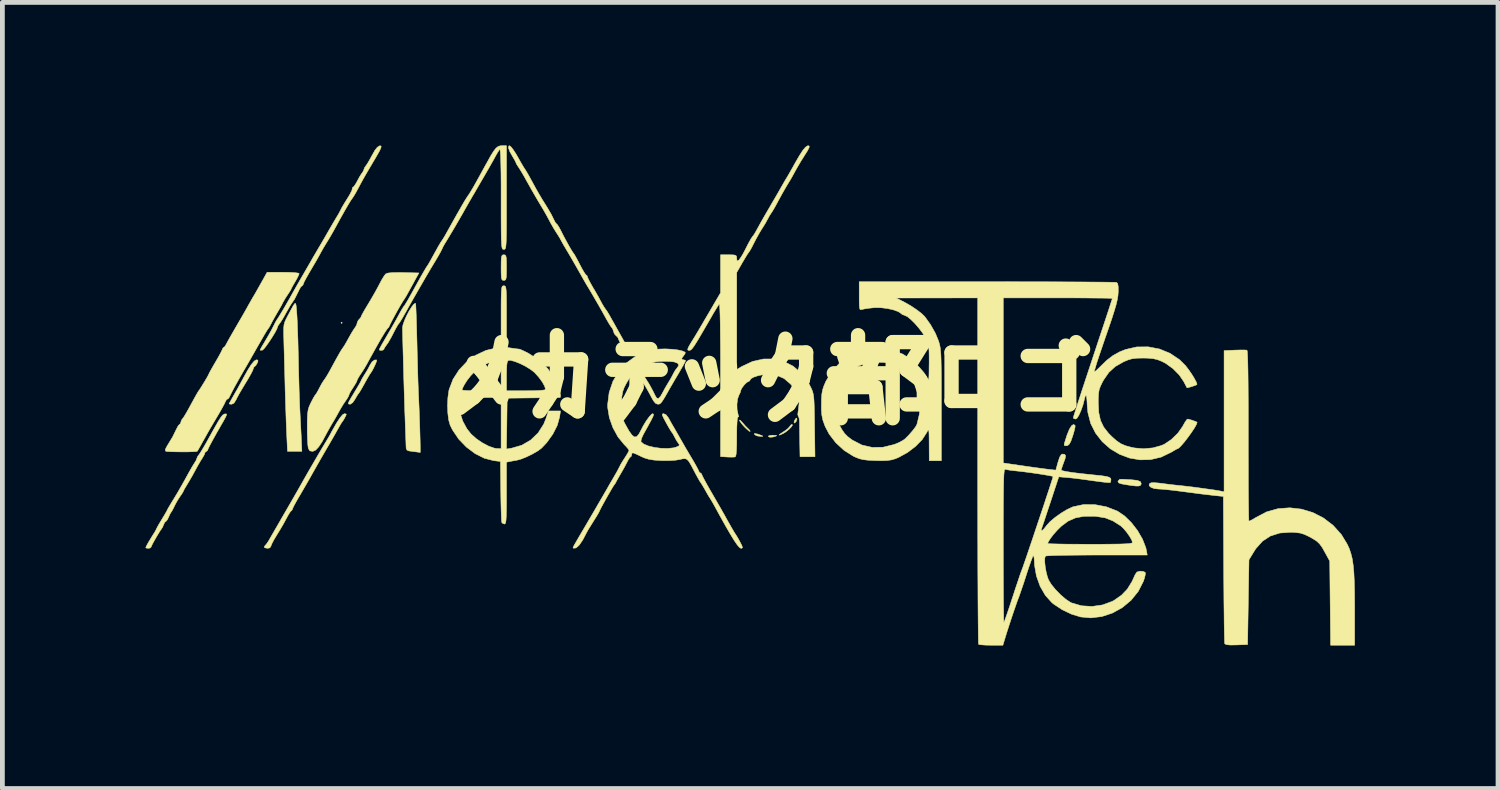
<source format=kicad_pcb>
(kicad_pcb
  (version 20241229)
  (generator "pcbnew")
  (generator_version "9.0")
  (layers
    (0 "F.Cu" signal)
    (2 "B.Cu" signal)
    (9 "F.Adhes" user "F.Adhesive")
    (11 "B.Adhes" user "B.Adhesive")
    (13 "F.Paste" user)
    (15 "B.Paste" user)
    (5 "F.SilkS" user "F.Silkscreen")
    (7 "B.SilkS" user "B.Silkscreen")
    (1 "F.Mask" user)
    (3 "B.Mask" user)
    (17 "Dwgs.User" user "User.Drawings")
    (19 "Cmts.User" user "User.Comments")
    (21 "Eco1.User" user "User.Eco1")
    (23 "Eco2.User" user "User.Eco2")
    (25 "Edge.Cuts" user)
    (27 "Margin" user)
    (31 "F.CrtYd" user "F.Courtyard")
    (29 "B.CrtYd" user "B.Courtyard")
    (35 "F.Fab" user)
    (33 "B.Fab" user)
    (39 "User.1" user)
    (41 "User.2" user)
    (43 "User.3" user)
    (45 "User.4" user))
  (footprint "メカテック部ロゴ"
    (layer "F.Cu")
    (at 13.015 5.029)
    (property "Reference" "メカテック部ロゴ" (at 0 0 0) (layer "F.SilkS") (effects (font (size 1.524 1.524) (thickness 0.3))))
    (attr through_hole)
    (fp_poly (pts (xy -8.89 -1.312) (xy -8.904 -1.298) (xy -8.918 -1.312) (xy -8.904 -1.326) (xy -8.89 -1.312)) (stroke (width 0.01) (type solid)) (fill yes) (layer "F.SilkS"))
    (fp_poly (pts (xy 0.641 0.72) (xy 0.62 0.765) (xy 0.591 0.79) (xy 0.589 0.79) (xy 0.58 0.77) (xy 0.594 0.731) (xy 0.622 0.691) (xy 0.638 0.685) (xy 0.641 0.72)) (stroke (width 0.01) (type solid)) (fill yes) (layer "F.SilkS"))
    (fp_poly (pts (xy 0.202 1.047) (xy 0.218 1.056) (xy 0.178 1.072) (xy 0.136 1.083) (xy 0.075 1.087) (xy 0.042 1.073) (xy 0.055 1.053) (xy 0.113 1.045) (xy 0.13 1.044) (xy 0.202 1.047)) (stroke (width 0.01) (type solid)) (fill yes) (layer "F.SilkS"))
    (fp_poly (pts (xy -0.187 1.019) (xy -0.141 1.034) (xy -0.082 1.057) (xy -0.074 1.067) (xy -0.112 1.07) (xy -0.113 1.07) (xy -0.185 1.061) (xy -0.225 1.045) (xy -0.256 1.018) (xy -0.241 1.009) (xy -0.187 1.019)) (stroke (width 0.01) (type solid)) (fill yes) (layer "F.SilkS"))
    (fp_poly (pts (xy -0.514 0.764) (xy -0.501 0.779) (xy -0.441 0.849) (xy -0.383 0.906) (xy -0.381 0.908) (xy -0.344 0.947) (xy -0.339 0.967) (xy -0.364 0.956) (xy -0.415 0.913) (xy -0.459 0.87) (xy -0.518 0.803) (xy -0.556 0.749) (xy -0.564 0.729) (xy -0.55 0.728) (xy -0.514 0.764)) (stroke (width 0.01) (type solid)) (fill yes) (layer "F.SilkS"))
    (fp_poly (pts (xy 0.548 0.834) (xy 0.523 0.872) (xy 0.475 0.921) (xy 0.415 0.97) (xy 0.361 1.005) (xy 0.29 1.038) (xy 0.265 1.042) (xy 0.287 1.02) (xy 0.356 0.974) (xy 0.357 0.974) (xy 0.429 0.924) (xy 0.479 0.877) (xy 0.49 0.861) (xy 0.522 0.823) (xy 0.54 0.818) (xy 0.548 0.834)) (stroke (width 0.01) (type solid)) (fill yes) (layer "F.SilkS"))
    (fp_poly (pts (xy 6.473 0.841) (xy 6.472 0.876) (xy 6.455 0.95) (xy 6.427 1.047) (xy 6.423 1.059) (xy 6.386 1.166) (xy 6.354 1.228) (xy 6.32 1.258) (xy 6.296 1.265) (xy 6.25 1.264) (xy 6.245 1.232) (xy 6.25 1.209) (xy 6.303 1.042) (xy 6.353 0.919) (xy 6.4 0.844) (xy 6.442 0.818) (xy 6.473 0.841)) (stroke (width 0.01) (type solid)) (fill yes) (layer "F.SilkS"))
    (fp_poly (pts (xy 7.522 1.971) (xy 7.618 1.976) (xy 7.662 1.979) (xy 7.779 1.992) (xy 7.844 2.019) (xy 7.859 2.062) (xy 7.855 2.076) (xy 7.84 2.098) (xy 7.81 2.109) (xy 7.753 2.11) (xy 7.66 2.1) (xy 7.541 2.082) (xy 7.442 2.064) (xy 7.389 2.045) (xy 7.372 2.021) (xy 7.372 2.008) (xy 7.405 1.971) (xy 7.452 1.967) (xy 7.522 1.971)) (stroke (width 0.01) (type solid)) (fill yes) (layer "F.SilkS"))
    (fp_poly (pts (xy -5.477 -2.734) (xy -5.461 -2.714) (xy -5.451 -2.67) (xy -5.448 -2.589) (xy -5.447 -2.469) (xy -5.448 -2.345) (xy -5.452 -2.266) (xy -5.461 -2.223) (xy -5.478 -2.205) (xy -5.503 -2.201) (xy -5.53 -2.205) (xy -5.546 -2.225) (xy -5.555 -2.269) (xy -5.559 -2.35) (xy -5.56 -2.469) (xy -5.559 -2.594) (xy -5.555 -2.673) (xy -5.545 -2.716) (xy -5.529 -2.734) (xy -5.503 -2.738) (xy -5.477 -2.734)) (stroke (width 0.01) (type solid)) (fill yes) (layer "F.SilkS"))
    (fp_poly (pts (xy -10.658 -0.529) (xy -10.66 -0.496) (xy -10.673 -0.466) (xy -10.704 -0.414) (xy -10.729 -0.395) (xy -10.75 -0.372) (xy -10.753 -0.354) (xy -10.767 -0.315) (xy -10.805 -0.24) (xy -10.862 -0.14) (xy -10.916 -0.051) (xy -10.987 0.067) (xy -11.051 0.176) (xy -11.098 0.263) (xy -11.117 0.303) (xy -11.161 0.373) (xy -11.208 0.395) (xy -11.252 0.391) (xy -11.261 0.385) (xy -11.248 0.358) (xy -11.213 0.294) (xy -11.163 0.206) (xy -11.149 0.181) (xy -11.084 0.067) (xy -11.021 -0.048) (xy -10.972 -0.138) (xy -10.971 -0.141) (xy -10.878 -0.309) (xy -10.8 -0.433) (xy -10.736 -0.51) (xy -10.69 -0.536) (xy -10.69 -0.536) (xy -10.658 -0.529)) (stroke (width 0.01) (type solid)) (fill yes) (layer "F.SilkS"))
    (fp_poly (pts (xy -8.168 -0.53) (xy -8.173 -0.501) (xy -8.197 -0.441) (xy -8.231 -0.368) (xy -8.267 -0.301) (xy -8.295 -0.258) (xy -8.299 -0.254) (xy -8.319 -0.224) (xy -8.358 -0.157) (xy -8.409 -0.067) (xy -8.422 -0.042) (xy -8.475 0.052) (xy -8.518 0.126) (xy -8.545 0.166) (xy -8.548 0.169) (xy -8.571 0.201) (xy -8.608 0.264) (xy -8.622 0.289) (xy -8.671 0.361) (xy -8.72 0.394) (xy -8.728 0.395) (xy -8.762 0.388) (xy -8.758 0.357) (xy -8.745 0.332) (xy -8.714 0.276) (xy -8.663 0.191) (xy -8.605 0.094) (xy -8.603 0.091) (xy -8.551 0.004) (xy -8.512 -0.064) (xy -8.495 -0.098) (xy -8.495 -0.1) (xy -8.481 -0.13) (xy -8.445 -0.19) (xy -8.418 -0.233) (xy -8.364 -0.321) (xy -8.319 -0.404) (xy -8.306 -0.431) (xy -8.265 -0.493) (xy -8.216 -0.531) (xy -8.174 -0.534) (xy -8.168 -0.53)) (stroke (width 0.01) (type solid)) (fill yes) (layer "F.SilkS"))
    (fp_poly (pts (xy -9.858 -1.679) (xy -9.85 -1.603) (xy -9.845 -1.538) (xy -9.839 -1.448) (xy -9.832 -1.313) (xy -9.826 -1.141) (xy -9.819 -0.943) (xy -9.814 -0.731) (xy -9.809 -0.536) (xy -9.805 -0.316) (xy -9.799 -0.098) (xy -9.794 0.105) (xy -9.788 0.282) (xy -9.783 0.424) (xy -9.779 0.508) (xy -9.771 0.661) (xy -9.762 0.84) (xy -9.753 1.015) (xy -9.75 1.079) (xy -9.737 1.383) (xy -10.038 1.383) (xy -10.058 0.953) (xy -10.065 0.78) (xy -10.072 0.57) (xy -10.08 0.341) (xy -10.087 0.114) (xy -10.091 -0.056) (xy -10.096 -0.259) (xy -10.102 -0.467) (xy -10.107 -0.665) (xy -10.112 -0.837) (xy -10.115 -0.96) (xy -10.119 -1.1) (xy -10.118 -1.2) (xy -10.111 -1.272) (xy -10.094 -1.332) (xy -10.066 -1.394) (xy -10.037 -1.45) (xy -9.965 -1.585) (xy -9.917 -1.673) (xy -9.886 -1.716) (xy -9.868 -1.718) (xy -9.858 -1.679)) (stroke (width 0.01) (type solid)) (fill yes) (layer "F.SilkS"))
    (fp_poly (pts (xy -7.353 -1.718) (xy -7.349 -1.688) (xy -7.345 -1.609) (xy -7.34 -1.488) (xy -7.335 -1.332) (xy -7.33 -1.149) (xy -7.325 -0.946) (xy -7.324 -0.917) (xy -7.319 -0.697) (xy -7.313 -0.482) (xy -7.308 -0.283) (xy -7.303 -0.11) (xy -7.298 0.027) (xy -7.295 0.113) (xy -7.287 0.29) (xy -7.279 0.478) (xy -7.272 0.668) (xy -7.266 0.853) (xy -7.261 1.025) (xy -7.257 1.174) (xy -7.255 1.293) (xy -7.254 1.373) (xy -7.256 1.406) (xy -7.257 1.407) (xy -7.288 1.401) (xy -7.358 1.392) (xy -7.408 1.386) (xy -7.492 1.374) (xy -7.534 1.356) (xy -7.55 1.32) (xy -7.553 1.27) (xy -7.555 1.209) (xy -7.559 1.104) (xy -7.564 0.965) (xy -7.57 0.805) (xy -7.574 0.677) (xy -7.58 0.521) (xy -7.586 0.325) (xy -7.593 0.101) (xy -7.6 -0.138) (xy -7.607 -0.383) (xy -7.613 -0.62) (xy -7.619 -0.838) (xy -7.624 -1.027) (xy -7.627 -1.174) (xy -7.628 -1.205) (xy -7.617 -1.27) (xy -7.586 -1.358) (xy -7.543 -1.456) (xy -7.492 -1.553) (xy -7.441 -1.637) (xy -7.395 -1.697) (xy -7.361 -1.721) (xy -7.353 -1.718)) (stroke (width 0.01) (type solid)) (fill yes) (layer "F.SilkS"))
    (fp_poly (pts (xy -8.809 0.601) (xy -8.805 0.607) (xy -8.818 0.641) (xy -8.847 0.696) (xy -8.878 0.746) (xy -8.89 0.762) (xy -8.901 0.776) (xy -8.921 0.808) (xy -8.954 0.865) (xy -9.006 0.957) (xy -9.037 1.013) (xy -9.083 1.094) (xy -9.143 1.198) (xy -9.185 1.27) (xy -9.274 1.423) (xy -9.384 1.614) (xy -9.506 1.83) (xy -9.578 1.958) (xy -9.631 2.05) (xy -9.7 2.169) (xy -9.773 2.295) (xy -9.797 2.334) (xy -9.856 2.437) (xy -9.903 2.523) (xy -9.93 2.581) (xy -9.934 2.595) (xy -9.95 2.624) (xy -9.955 2.625) (xy -9.978 2.648) (xy -10.017 2.708) (xy -10.06 2.787) (xy -10.119 2.896) (xy -10.193 3.023) (xy -10.265 3.14) (xy -10.322 3.235) (xy -10.364 3.315) (xy -10.385 3.367) (xy -10.386 3.373) (xy -10.41 3.407) (xy -10.456 3.415) (xy -10.509 3.406) (xy -10.527 3.389) (xy -10.507 3.355) (xy -10.504 3.354) (xy -10.479 3.326) (xy -10.437 3.264) (xy -10.41 3.217) (xy -10.372 3.151) (xy -10.312 3.047) (xy -10.236 2.916) (xy -10.151 2.768) (xy -10.076 2.639) (xy -9.988 2.486) (xy -9.905 2.343) (xy -9.834 2.219) (xy -9.78 2.124) (xy -9.752 2.074) (xy -9.704 1.989) (xy -9.639 1.875) (xy -9.562 1.741) (xy -9.479 1.599) (xy -9.397 1.458) (xy -9.321 1.329) (xy -9.258 1.224) (xy -9.214 1.151) (xy -9.201 1.129) (xy -9.172 1.081) (xy -9.129 1.003) (xy -9.099 0.947) (xy -9.013 0.795) (xy -8.939 0.682) (xy -8.881 0.613) (xy -8.844 0.593) (xy -8.809 0.601)) (stroke (width 0.01) (type solid)) (fill yes) (layer "F.SilkS"))
    (fp_poly (pts (xy -11.314 0.614) (xy -11.332 0.658) (xy -11.375 0.738) (xy -11.392 0.767) (xy -11.514 0.98) (xy -11.607 1.147) (xy -11.671 1.266) (xy -11.705 1.337) (xy -11.712 1.359) (xy -11.734 1.382) (xy -11.74 1.383) (xy -11.767 1.405) (xy -11.769 1.414) (xy -11.784 1.457) (xy -11.82 1.518) (xy -11.821 1.52) (xy -11.861 1.583) (xy -11.915 1.676) (xy -11.971 1.778) (xy -12.032 1.89) (xy -12.097 2.002) (xy -12.144 2.081) (xy -12.188 2.153) (xy -12.215 2.203) (xy -12.22 2.217) (xy -12.236 2.248) (xy -12.274 2.305) (xy -12.287 2.323) (xy -12.344 2.41) (xy -12.398 2.509) (xy -12.406 2.526) (xy -12.441 2.598) (xy -12.468 2.645) (xy -12.474 2.653) (xy -12.496 2.686) (xy -12.525 2.75) (xy -12.529 2.759) (xy -12.559 2.82) (xy -12.586 2.85) (xy -12.589 2.85) (xy -12.614 2.874) (xy -12.631 2.912) (xy -12.658 2.975) (xy -12.676 3.003) (xy -12.709 3.05) (xy -12.755 3.124) (xy -12.805 3.21) (xy -12.852 3.293) (xy -12.886 3.359) (xy -12.898 3.39) (xy -12.921 3.41) (xy -12.954 3.415) (xy -13 3.41) (xy -13.01 3.404) (xy -12.996 3.368) (xy -12.957 3.296) (xy -12.9 3.202) (xy -12.862 3.14) (xy -12.817 3.069) (xy -12.79 3.019) (xy -12.785 3.007) (xy -12.771 2.978) (xy -12.735 2.913) (xy -12.683 2.827) (xy -12.672 2.808) (xy -12.618 2.719) (xy -12.578 2.65) (xy -12.559 2.614) (xy -12.559 2.612) (xy -12.545 2.585) (xy -12.508 2.521) (xy -12.454 2.432) (xy -12.422 2.38) (xy -12.34 2.244) (xy -12.251 2.089) (xy -12.172 1.948) (xy -12.164 1.933) (xy -12.103 1.822) (xy -12.046 1.722) (xy -12.002 1.649) (xy -11.991 1.633) (xy -11.954 1.572) (xy -11.938 1.53) (xy -11.938 1.529) (xy -11.92 1.486) (xy -11.901 1.463) (xy -11.873 1.423) (xy -11.825 1.346) (xy -11.765 1.244) (xy -11.716 1.157) (xy -11.617 0.978) (xy -11.54 0.842) (xy -11.483 0.743) (xy -11.44 0.676) (xy -11.408 0.634) (xy -11.382 0.611) (xy -11.359 0.6) (xy -11.348 0.598) (xy -11.321 0.598) (xy -11.314 0.614)) (stroke (width 0.01) (type solid)) (fill yes) (layer "F.SilkS"))
    (fp_poly (pts (xy 10.071 -0.739) (xy 10.076 -0.738) (xy 10.083 -0.708) (xy 10.088 -0.622) (xy 10.093 -0.483) (xy 10.097 -0.29) (xy 10.1 -0.046) (xy 10.102 0.249) (xy 10.103 0.594) (xy 10.103 0.986) (xy 10.103 1.051) (xy 10.103 1.362) (xy 10.104 1.657) (xy 10.104 1.93) (xy 10.105 2.176) (xy 10.107 2.391) (xy 10.109 2.57) (xy 10.111 2.708) (xy 10.113 2.8) (xy 10.115 2.842) (xy 10.116 2.844) (xy 10.144 2.837) (xy 10.205 2.805) (xy 10.263 2.769) (xy 10.489 2.651) (xy 10.728 2.584) (xy 10.974 2.566) (xy 11.219 2.594) (xy 11.457 2.666) (xy 11.68 2.78) (xy 11.881 2.934) (xy 12.054 3.126) (xy 12.176 3.326) (xy 12.22 3.421) (xy 12.254 3.522) (xy 12.282 3.634) (xy 12.302 3.766) (xy 12.317 3.925) (xy 12.326 4.118) (xy 12.331 4.351) (xy 12.333 4.633) (xy 12.333 4.673) (xy 12.333 5.447) (xy 11.829 5.447) (xy 11.82 4.565) (xy 11.811 3.683) (xy 11.715 3.508) (xy 11.653 3.397) (xy 11.598 3.322) (xy 11.536 3.264) (xy 11.449 3.209) (xy 11.374 3.168) (xy 11.279 3.123) (xy 11.191 3.096) (xy 11.087 3.083) (xy 10.993 3.079) (xy 10.764 3.095) (xy 10.568 3.157) (xy 10.401 3.266) (xy 10.261 3.423) (xy 10.223 3.483) (xy 10.118 3.655) (xy 10.089 5.433) (xy 9.856 5.441) (xy 9.73 5.443) (xy 9.652 5.436) (xy 9.614 5.42) (xy 9.609 5.413) (xy 9.606 5.378) (xy 9.604 5.293) (xy 9.601 5.161) (xy 9.598 4.99) (xy 9.596 4.782) (xy 9.593 4.545) (xy 9.591 4.284) (xy 9.589 4.003) (xy 9.588 3.852) (xy 9.581 2.328) (xy 9.37 2.306) (xy 9.261 2.293) (xy 9.115 2.276) (xy 8.948 2.254) (xy 8.779 2.232) (xy 8.749 2.228) (xy 8.593 2.208) (xy 8.447 2.191) (xy 8.325 2.179) (xy 8.241 2.173) (xy 8.225 2.173) (xy 8.132 2.163) (xy 8.061 2.136) (xy 8.024 2.1) (xy 8.031 2.062) (xy 8.034 2.059) (xy 8.067 2.042) (xy 8.13 2.039) (xy 8.233 2.048) (xy 8.288 2.055) (xy 8.427 2.073) (xy 8.574 2.09) (xy 8.692 2.102) (xy 8.798 2.114) (xy 8.933 2.13) (xy 9.084 2.15) (xy 9.235 2.171) (xy 9.372 2.19) (xy 9.479 2.207) (xy 9.532 2.217) (xy 9.596 2.231) (xy 9.596 -0.729) (xy 9.822 -0.739) (xy 9.932 -0.742) (xy 10.02 -0.742) (xy 10.071 -0.739)) (stroke (width 0.01) (type solid)) (fill yes) (layer "F.SilkS"))
    (fp_poly (pts (xy -7.61 -2.365) (xy -7.283 -2.357) (xy -7.317 -2.295) (xy -7.35 -2.236) (xy -7.397 -2.149) (xy -7.432 -2.085) (xy -7.498 -1.965) (xy -7.543 -1.884) (xy -7.574 -1.832) (xy -7.595 -1.8) (xy -7.6 -1.794) (xy -7.63 -1.747) (xy -7.676 -1.669) (xy -7.731 -1.572) (xy -7.788 -1.469) (xy -7.84 -1.372) (xy -7.88 -1.295) (xy -7.901 -1.25) (xy -7.902 -1.244) (xy -7.923 -1.21) (xy -7.926 -1.209) (xy -7.953 -1.178) (xy -8.005 -1.099) (xy -8.081 -0.973) (xy -8.178 -0.802) (xy -8.297 -0.589) (xy -8.38 -0.437) (xy -8.425 -0.36) (xy -8.483 -0.269) (xy -8.503 -0.24) (xy -8.548 -0.17) (xy -8.576 -0.117) (xy -8.58 -0.103) (xy -8.594 -0.068) (xy -8.632 -0.003) (xy -8.664 0.047) (xy -8.712 0.122) (xy -8.743 0.181) (xy -8.749 0.201) (xy -8.765 0.24) (xy -8.804 0.302) (xy -8.816 0.319) (xy -8.87 0.398) (xy -8.93 0.498) (xy -8.959 0.55) (xy -9.017 0.655) (xy -9.079 0.762) (xy -9.105 0.804) (xy -9.16 0.899) (xy -9.213 0.995) (xy -9.224 1.016) (xy -9.311 1.178) (xy -9.385 1.29) (xy -9.448 1.357) (xy -9.506 1.382) (xy -9.514 1.383) (xy -9.57 1.372) (xy -9.598 1.328) (xy -9.606 1.295) (xy -9.613 1.232) (xy -9.619 1.128) (xy -9.623 0.997) (xy -9.624 0.863) (xy -9.623 0.714) (xy -9.618 0.607) (xy -9.608 0.527) (xy -9.591 0.462) (xy -9.563 0.396) (xy -9.548 0.365) (xy -9.505 0.282) (xy -9.47 0.22) (xy -9.453 0.198) (xy -9.43 0.166) (xy -9.393 0.101) (xy -9.37 0.056) (xy -9.326 -0.027) (xy -9.285 -0.093) (xy -9.27 -0.113) (xy -9.237 -0.161) (xy -9.19 -0.238) (xy -9.157 -0.296) (xy -9.069 -0.458) (xy -9.003 -0.578) (xy -8.955 -0.663) (xy -8.921 -0.722) (xy -8.896 -0.761) (xy -8.876 -0.789) (xy -8.872 -0.794) (xy -8.843 -0.838) (xy -8.799 -0.914) (xy -8.75 -1.002) (xy -8.698 -1.095) (xy -8.65 -1.173) (xy -8.619 -1.216) (xy -8.586 -1.272) (xy -8.58 -1.304) (xy -8.559 -1.358) (xy -8.537 -1.383) (xy -8.502 -1.423) (xy -8.495 -1.441) (xy -8.481 -1.473) (xy -8.444 -1.542) (xy -8.389 -1.635) (xy -8.351 -1.698) (xy -8.274 -1.828) (xy -8.195 -1.965) (xy -8.129 -2.087) (xy -8.113 -2.118) (xy -8.062 -2.214) (xy -8.014 -2.292) (xy -7.98 -2.337) (xy -7.978 -2.338) (xy -7.932 -2.355) (xy -7.841 -2.364) (xy -7.7 -2.366) (xy -7.61 -2.365)) (stroke (width 0.01) (type solid)) (fill yes) (layer "F.SilkS"))
    (fp_poly (pts (xy -9.991 -2.369) (xy -9.883 -2.363) (xy -9.814 -2.354) (xy -9.793 -2.344) (xy -9.807 -2.306) (xy -9.841 -2.238) (xy -9.878 -2.173) (xy -9.923 -2.095) (xy -9.954 -2.038) (xy -9.962 -2.018) (xy -9.977 -1.99) (xy -10.014 -1.932) (xy -10.036 -1.899) (xy -10.087 -1.821) (xy -10.126 -1.753) (xy -10.135 -1.736) (xy -10.163 -1.68) (xy -10.209 -1.599) (xy -10.245 -1.538) (xy -10.302 -1.439) (xy -10.356 -1.342) (xy -10.379 -1.298) (xy -10.414 -1.231) (xy -10.441 -1.19) (xy -10.445 -1.185) (xy -10.458 -1.168) (xy -10.484 -1.127) (xy -10.526 -1.056) (xy -10.587 -0.95) (xy -10.671 -0.804) (xy -10.757 -0.653) (xy -10.808 -0.563) (xy -10.855 -0.482) (xy -10.872 -0.452) (xy -10.972 -0.279) (xy -11.063 -0.12) (xy -11.14 0.018) (xy -11.199 0.128) (xy -11.236 0.202) (xy -11.247 0.226) (xy -11.272 0.272) (xy -11.291 0.282) (xy -11.321 0.305) (xy -11.343 0.347) (xy -11.368 0.4) (xy -11.415 0.486) (xy -11.474 0.59) (xy -11.501 0.636) (xy -11.585 0.777) (xy -11.65 0.888) (xy -11.707 0.987) (xy -11.766 1.093) (xy -11.826 1.199) (xy -11.874 1.286) (xy -11.911 1.351) (xy -11.929 1.38) (xy -11.929 1.381) (xy -11.96 1.387) (xy -12.034 1.391) (xy -12.137 1.394) (xy -12.254 1.394) (xy -12.372 1.393) (xy -12.477 1.39) (xy -12.556 1.386) (xy -12.593 1.379) (xy -12.593 1.379) (xy -12.6 1.345) (xy -12.571 1.285) (xy -12.446 1.079) (xy -12.37 0.924) (xy -12.336 0.858) (xy -12.307 0.821) (xy -12.301 0.818) (xy -12.279 0.796) (xy -12.277 0.778) (xy -12.258 0.725) (xy -12.238 0.699) (xy -12.209 0.659) (xy -12.162 0.581) (xy -12.104 0.478) (xy -12.066 0.408) (xy -12.006 0.298) (xy -11.954 0.204) (xy -11.917 0.14) (xy -11.904 0.121) (xy -11.875 0.079) (xy -11.831 0.01) (xy -11.781 -0.072) (xy -11.733 -0.152) (xy -11.698 -0.215) (xy -11.684 -0.245) (xy -11.684 -0.245) (xy -11.671 -0.273) (xy -11.634 -0.339) (xy -11.582 -0.431) (xy -11.543 -0.497) (xy -11.483 -0.601) (xy -11.435 -0.689) (xy -11.407 -0.747) (xy -11.402 -0.763) (xy -11.385 -0.79) (xy -11.381 -0.79) (xy -11.353 -0.813) (xy -11.328 -0.854) (xy -11.311 -0.886) (xy -11.287 -0.93) (xy -11.252 -0.993) (xy -11.201 -1.082) (xy -11.13 -1.205) (xy -11.035 -1.369) (xy -11.029 -1.378) (xy -10.972 -1.477) (xy -10.905 -1.595) (xy -10.86 -1.676) (xy -10.808 -1.768) (xy -10.764 -1.845) (xy -10.738 -1.888) (xy -10.712 -1.932) (xy -10.667 -2.012) (xy -10.611 -2.112) (xy -10.588 -2.152) (xy -10.466 -2.371) (xy -10.13 -2.371) (xy -9.991 -2.369)) (stroke (width 0.01) (type solid)) (fill yes) (layer "F.SilkS"))
    (fp_poly (pts (xy -5.353 -5) (xy -5.304 -4.938) (xy -5.246 -4.848) (xy -5.213 -4.791) (xy -5.154 -4.686) (xy -5.103 -4.599) (xy -5.068 -4.543) (xy -5.059 -4.53) (xy -5.036 -4.494) (xy -4.993 -4.421) (xy -4.938 -4.322) (xy -4.901 -4.254) (xy -4.836 -4.135) (xy -4.773 -4.024) (xy -4.722 -3.938) (xy -4.705 -3.909) (xy -4.59 -3.725) (xy -4.507 -3.582) (xy -4.456 -3.478) (xy -4.425 -3.418) (xy -4.401 -3.387) (xy -4.398 -3.387) (xy -4.376 -3.363) (xy -4.339 -3.303) (xy -4.305 -3.239) (xy -4.249 -3.128) (xy -4.188 -3.015) (xy -4.13 -2.91) (xy -4.08 -2.826) (xy -4.047 -2.775) (xy -4.039 -2.766) (xy -4.019 -2.736) (xy -3.981 -2.668) (xy -3.931 -2.574) (xy -3.91 -2.533) (xy -3.858 -2.435) (xy -3.813 -2.359) (xy -3.783 -2.318) (xy -3.776 -2.314) (xy -3.754 -2.292) (xy -3.754 -2.284) (xy -3.74 -2.247) (xy -3.704 -2.175) (xy -3.652 -2.082) (xy -3.634 -2.051) (xy -3.573 -1.947) (xy -3.52 -1.854) (xy -3.484 -1.787) (xy -3.479 -1.778) (xy -3.436 -1.698) (xy -3.391 -1.625) (xy -3.358 -1.58) (xy -3.348 -1.567) (xy -3.33 -1.539) (xy -3.3 -1.489) (xy -3.254 -1.407) (xy -3.186 -1.287) (xy -3.161 -1.242) (xy -3.066 -1.072) (xy -2.995 -0.945) (xy -2.947 -0.854) (xy -2.917 -0.794) (xy -2.902 -0.758) (xy -2.901 -0.741) (xy -2.909 -0.734) (xy -2.92 -0.734) (xy -2.959 -0.756) (xy -3.01 -0.812) (xy -3.034 -0.846) (xy -3.076 -0.918) (xy -3.101 -0.972) (xy -3.104 -0.986) (xy -3.126 -1.022) (xy -3.147 -1.037) (xy -3.186 -1.082) (xy -3.203 -1.128) (xy -3.222 -1.187) (xy -3.24 -1.211) (xy -3.264 -1.242) (xy -3.307 -1.31) (xy -3.359 -1.401) (xy -3.372 -1.425) (xy -3.434 -1.537) (xy -3.51 -1.671) (xy -3.591 -1.811) (xy -3.668 -1.943) (xy -3.731 -2.049) (xy -3.755 -2.088) (xy -3.784 -2.137) (xy -3.828 -2.213) (xy -3.853 -2.258) (xy -3.966 -2.457) (xy -4.059 -2.619) (xy -4.138 -2.755) (xy -4.205 -2.868) (xy -4.257 -2.956) (xy -4.296 -3.026) (xy -4.315 -3.062) (xy -4.337 -3.101) (xy -4.378 -3.167) (xy -4.402 -3.203) (xy -4.461 -3.298) (xy -4.524 -3.409) (xy -4.549 -3.457) (xy -4.609 -3.568) (xy -4.677 -3.688) (xy -4.708 -3.739) (xy -4.806 -3.903) (xy -4.917 -4.095) (xy -5.03 -4.296) (xy -5.065 -4.36) (xy -5.119 -4.454) (xy -5.172 -4.54) (xy -5.196 -4.576) (xy -5.233 -4.633) (xy -5.249 -4.668) (xy -5.249 -4.669) (xy -5.263 -4.701) (xy -5.298 -4.762) (xy -5.316 -4.791) (xy -5.378 -4.902) (xy -5.407 -4.979) (xy -5.399 -5.019) (xy -5.383 -5.024) (xy -5.353 -5)) (stroke (width 0.01) (type solid)) (fill yes) (layer "F.SilkS"))
    (fp_poly (pts (xy -8.075 -5.014) (xy -8.079 -4.983) (xy -8.106 -4.921) (xy -8.161 -4.823) (xy -8.203 -4.751) (xy -8.271 -4.636) (xy -8.337 -4.524) (xy -8.389 -4.436) (xy -8.4 -4.417) (xy -8.45 -4.329) (xy -8.51 -4.219) (xy -8.555 -4.135) (xy -8.605 -4.041) (xy -8.651 -3.964) (xy -8.679 -3.923) (xy -8.712 -3.876) (xy -8.765 -3.79) (xy -8.839 -3.662) (xy -8.936 -3.489) (xy -8.982 -3.404) (xy -9.064 -3.255) (xy -9.127 -3.144) (xy -9.178 -3.058) (xy -9.223 -2.985) (xy -9.228 -2.977) (xy -9.275 -2.9) (xy -9.33 -2.803) (xy -9.35 -2.766) (xy -9.403 -2.67) (xy -9.455 -2.578) (xy -9.472 -2.55) (xy -9.574 -2.377) (xy -9.647 -2.249) (xy -9.691 -2.164) (xy -9.708 -2.12) (xy -9.708 -2.117) (xy -9.727 -2.089) (xy -9.732 -2.088) (xy -9.758 -2.065) (xy -9.792 -2.007) (xy -9.803 -1.983) (xy -9.888 -1.813) (xy -9.952 -1.718) (xy -9.981 -1.674) (xy -10.025 -1.597) (xy -10.074 -1.51) (xy -10.126 -1.416) (xy -10.174 -1.339) (xy -10.205 -1.296) (xy -10.238 -1.248) (xy -10.246 -1.225) (xy -10.262 -1.18) (xy -10.302 -1.105) (xy -10.358 -1.013) (xy -10.42 -0.918) (xy -10.481 -0.831) (xy -10.531 -0.768) (xy -10.563 -0.739) (xy -10.565 -0.739) (xy -10.605 -0.737) (xy -10.612 -0.743) (xy -10.598 -0.772) (xy -10.562 -0.836) (xy -10.51 -0.923) (xy -10.498 -0.944) (xy -10.435 -1.051) (xy -10.377 -1.155) (xy -10.337 -1.233) (xy -10.335 -1.236) (xy -10.299 -1.309) (xy -10.27 -1.361) (xy -10.265 -1.369) (xy -10.235 -1.413) (xy -10.186 -1.493) (xy -10.124 -1.596) (xy -10.059 -1.708) (xy -9.998 -1.815) (xy -9.963 -1.877) (xy -9.915 -1.963) (xy -9.849 -2.08) (xy -9.776 -2.208) (xy -9.734 -2.28) (xy -9.666 -2.397) (xy -9.605 -2.503) (xy -9.558 -2.584) (xy -9.539 -2.618) (xy -9.502 -2.683) (xy -9.448 -2.774) (xy -9.395 -2.865) (xy -9.325 -2.983) (xy -9.247 -3.117) (xy -9.19 -3.217) (xy -9.126 -3.327) (xy -9.063 -3.435) (xy -9.016 -3.514) (xy -8.967 -3.595) (xy -8.929 -3.666) (xy -8.92 -3.685) (xy -8.893 -3.737) (xy -8.844 -3.819) (xy -8.785 -3.914) (xy -8.78 -3.922) (xy -8.727 -4.01) (xy -8.691 -4.081) (xy -8.68 -4.121) (xy -8.681 -4.124) (xy -8.677 -4.147) (xy -8.67 -4.149) (xy -8.644 -4.172) (xy -8.604 -4.231) (xy -8.576 -4.282) (xy -8.531 -4.366) (xy -8.49 -4.432) (xy -8.474 -4.453) (xy -8.443 -4.502) (xy -8.438 -4.522) (xy -8.421 -4.567) (xy -8.399 -4.598) (xy -8.365 -4.646) (xy -8.318 -4.726) (xy -8.272 -4.81) (xy -8.208 -4.924) (xy -8.155 -4.992) (xy -8.108 -5.021) (xy -8.093 -5.023) (xy -8.075 -5.014)) (stroke (width 0.01) (type solid)) (fill yes) (layer "F.SilkS"))
    (fp_poly (pts (xy -5.447 -3.937) (xy -5.447 -3.661) (xy -5.447 -3.436) (xy -5.448 -3.257) (xy -5.45 -3.119) (xy -5.453 -3.016) (xy -5.458 -2.944) (xy -5.464 -2.896) (xy -5.472 -2.868) (xy -5.482 -2.855) (xy -5.495 -2.851) (xy -5.503 -2.85) (xy -5.518 -2.852) (xy -5.53 -2.86) (xy -5.539 -2.879) (xy -5.546 -2.915) (xy -5.551 -2.974) (xy -5.555 -3.06) (xy -5.558 -3.179) (xy -5.559 -3.336) (xy -5.56 -3.537) (xy -5.56 -3.786) (xy -5.56 -3.914) (xy -5.56 -4.202) (xy -5.562 -4.447) (xy -5.566 -4.646) (xy -5.57 -4.798) (xy -5.576 -4.899) (xy -5.583 -4.948) (xy -5.587 -4.952) (xy -5.615 -4.912) (xy -5.657 -4.843) (xy -5.682 -4.798) (xy -5.732 -4.706) (xy -5.797 -4.592) (xy -5.857 -4.487) (xy -5.919 -4.38) (xy -5.979 -4.277) (xy -6.023 -4.201) (xy -6.073 -4.115) (xy -6.133 -4.011) (xy -6.163 -3.961) (xy -6.224 -3.855) (xy -6.293 -3.735) (xy -6.33 -3.669) (xy -6.378 -3.584) (xy -6.442 -3.473) (xy -6.515 -3.347) (xy -6.59 -3.22) (xy -6.659 -3.105) (xy -6.714 -3.014) (xy -6.746 -2.963) (xy -6.778 -2.905) (xy -6.803 -2.85) (xy -6.832 -2.793) (xy -6.882 -2.705) (xy -6.942 -2.603) (xy -6.955 -2.582) (xy -7.038 -2.444) (xy -7.141 -2.269) (xy -7.256 -2.07) (xy -7.376 -1.861) (xy -7.494 -1.653) (xy -7.558 -1.538) (xy -7.615 -1.437) (xy -7.663 -1.356) (xy -7.695 -1.307) (xy -7.703 -1.298) (xy -7.726 -1.267) (xy -7.763 -1.202) (xy -7.787 -1.157) (xy -7.866 -1.004) (xy -7.927 -0.898) (xy -7.973 -0.833) (xy -7.98 -0.824) (xy -8.01 -0.779) (xy -8.015 -0.76) (xy -8.039 -0.739) (xy -8.072 -0.734) (xy -8.109 -0.738) (xy -8.112 -0.76) (xy -8.085 -0.811) (xy -8.058 -0.86) (xy -8.022 -0.922) (xy -7.974 -1.005) (xy -7.907 -1.12) (xy -7.832 -1.249) (xy -7.776 -1.348) (xy -7.714 -1.461) (xy -7.688 -1.51) (xy -7.643 -1.59) (xy -7.608 -1.647) (xy -7.593 -1.665) (xy -7.572 -1.695) (xy -7.531 -1.762) (xy -7.477 -1.856) (xy -7.442 -1.919) (xy -7.326 -2.128) (xy -7.236 -2.29) (xy -7.17 -2.404) (xy -7.128 -2.475) (xy -7.112 -2.498) (xy -7.086 -2.538) (xy -7.045 -2.608) (xy -7.021 -2.653) (xy -6.945 -2.79) (xy -6.88 -2.907) (xy -6.83 -2.992) (xy -6.802 -3.034) (xy -6.775 -3.074) (xy -6.734 -3.143) (xy -6.716 -3.175) (xy -6.678 -3.243) (xy -6.62 -3.347) (xy -6.55 -3.472) (xy -6.475 -3.606) (xy -6.471 -3.612) (xy -6.4 -3.737) (xy -6.336 -3.847) (xy -6.285 -3.93) (xy -6.254 -3.976) (xy -6.252 -3.979) (xy -6.223 -4.021) (xy -6.175 -4.1) (xy -6.115 -4.203) (xy -6.067 -4.29) (xy -5.998 -4.414) (xy -5.933 -4.533) (xy -5.879 -4.631) (xy -5.855 -4.673) (xy -5.777 -4.814) (xy -5.716 -4.911) (xy -5.668 -4.973) (xy -5.624 -5.007) (xy -5.58 -5.022) (xy -5.545 -5.024) (xy -5.447 -5.024) (xy -5.447 -3.937)) (stroke (width 0.01) (type solid)) (fill yes) (layer "F.SilkS"))
    (fp_poly (pts (xy -5.485 -2.086) (xy -5.472 -2.076) (xy -5.462 -2.05) (xy -5.455 -2.002) (xy -5.45 -1.925) (xy -5.448 -1.812) (xy -5.447 -1.657) (xy -5.447 -1.452) (xy -5.447 -0.797) (xy -5.32 -0.778) (xy -5.241 -0.767) (xy -5.188 -0.761) (xy -5.179 -0.761) (xy -5.148 -0.75) (xy -5.082 -0.72) (xy -4.993 -0.676) (xy -4.991 -0.675) (xy -4.769 -0.533) (xy -4.583 -0.353) (xy -4.438 -0.141) (xy -4.34 0.096) (xy -4.329 0.134) (xy -4.313 0.214) (xy -4.319 0.251) (xy -4.329 0.255) (xy -4.366 0.255) (xy -4.45 0.257) (xy -4.572 0.258) (xy -4.722 0.26) (xy -4.891 0.262) (xy -4.897 0.262) (xy -5.433 0.268) (xy -5.44 0.801) (xy -5.448 1.334) (xy -5.337 1.316) (xy -5.128 1.255) (xy -4.941 1.147) (xy -4.785 0.997) (xy -4.667 0.813) (xy -4.617 0.688) (xy -4.569 0.536) (xy -4.315 0.536) (xy -4.334 0.663) (xy -4.382 0.837) (xy -4.474 1.019) (xy -4.6 1.196) (xy -4.712 1.315) (xy -4.79 1.373) (xy -4.902 1.438) (xy -5.027 1.499) (xy -5.145 1.546) (xy -5.225 1.568) (xy -5.311 1.583) (xy -5.383 1.597) (xy -5.447 1.61) (xy -5.447 2.258) (xy -5.447 2.468) (xy -5.449 2.628) (xy -5.452 2.745) (xy -5.457 2.824) (xy -5.464 2.874) (xy -5.475 2.899) (xy -5.488 2.907) (xy -5.49 2.907) (xy -5.536 2.887) (xy -5.546 2.872) (xy -5.551 2.834) (xy -5.555 2.749) (xy -5.559 2.624) (xy -5.563 2.47) (xy -5.566 2.293) (xy -5.567 2.215) (xy -5.574 1.595) (xy -5.719 1.577) (xy -5.913 1.527) (xy -6.106 1.43) (xy -6.288 1.293) (xy -6.449 1.126) (xy -6.578 0.935) (xy -6.629 0.833) (xy -6.659 0.726) (xy -6.677 0.582) (xy -6.683 0.423) (xy -6.431 0.423) (xy -6.418 0.58) (xy -6.365 0.747) (xy -6.278 0.908) (xy -6.191 1.019) (xy -6.081 1.117) (xy -5.952 1.205) (xy -5.819 1.275) (xy -5.698 1.317) (xy -5.637 1.325) (xy -5.56 1.326) (xy -5.56 0.254) (xy -5.966 0.254) (xy -6.135 0.255) (xy -6.256 0.259) (xy -6.337 0.27) (xy -6.387 0.29) (xy -6.414 0.323) (xy -6.426 0.371) (xy -6.431 0.423) (xy -6.683 0.423) (xy -6.683 0.42) (xy -6.676 0.258) (xy -6.656 0.114) (xy -6.652 0.098) (xy -6.378 0.098) (xy -6.352 0.103) (xy -6.279 0.108) (xy -6.169 0.111) (xy -6.033 0.113) (xy -5.969 0.113) (xy -5.56 0.113) (xy -5.56 -0.198) (xy -5.447 -0.198) (xy -5.447 0.113) (xy -5.038 0.113) (xy -4.859 0.111) (xy -4.73 0.105) (xy -4.652 0.096) (xy -4.628 0.084) (xy -4.647 0.018) (xy -4.697 -0.072) (xy -4.769 -0.17) (xy -4.852 -0.262) (xy -4.865 -0.275) (xy -4.947 -0.338) (xy -5.051 -0.402) (xy -5.164 -0.458) (xy -5.272 -0.501) (xy -5.36 -0.525) (xy -5.41 -0.524) (xy -5.428 -0.5) (xy -5.439 -0.44) (xy -5.445 -0.337) (xy -5.447 -0.198) (xy -5.56 -0.198) (xy -5.56 -0.541) (xy -5.652 -0.523) (xy -5.836 -0.468) (xy -6 -0.378) (xy -6.13 -0.273) (xy -6.201 -0.198) (xy -6.272 -0.107) (xy -6.331 -0.015) (xy -6.37 0.062) (xy -6.378 0.098) (xy -6.652 0.098) (xy -6.649 0.085) (xy -6.568 -0.128) (xy -6.441 -0.325) (xy -6.278 -0.497) (xy -6.087 -0.635) (xy -5.879 -0.733) (xy -5.699 -0.776) (xy -5.56 -0.796) (xy -5.56 -1.442) (xy -5.56 -1.649) (xy -5.559 -1.806) (xy -5.556 -1.921) (xy -5.552 -1.999) (xy -5.546 -2.048) (xy -5.536 -2.075) (xy -5.522 -2.086) (xy -5.504 -2.088) (xy -5.503 -2.088) (xy -5.485 -2.086)) (stroke (width 0.01) (type solid)) (fill yes) (layer "F.SilkS"))
    (fp_poly (pts (xy 0.9 -5.015) (xy 0.895 -4.982) (xy 0.863 -4.92) (xy 0.8 -4.82) (xy 0.794 -4.81) (xy 0.722 -4.695) (xy 0.649 -4.571) (xy 0.602 -4.487) (xy 0.55 -4.391) (xy 0.501 -4.305) (xy 0.474 -4.262) (xy 0.408 -4.152) (xy 0.328 -4.012) (xy 0.246 -3.862) (xy 0.211 -3.796) (xy 0.163 -3.71) (xy 0.121 -3.64) (xy 0.102 -3.612) (xy 0.066 -3.557) (xy 0.027 -3.485) (xy -0.014 -3.409) (xy -0.07 -3.317) (xy -0.092 -3.284) (xy -0.146 -3.195) (xy -0.209 -3.082) (xy -0.258 -2.988) (xy -0.304 -2.897) (xy -0.342 -2.828) (xy -0.365 -2.795) (xy -0.365 -2.794) (xy -0.387 -2.764) (xy -0.429 -2.698) (xy -0.483 -2.607) (xy -0.503 -2.573) (xy -0.621 -2.366) (xy -0.621 -0.333) (xy -0.515 -0.396) (xy -0.289 -0.502) (xy -0.062 -0.553) (xy 0.16 -0.553) (xy 0.37 -0.501) (xy 0.564 -0.401) (xy 0.735 -0.254) (xy 0.878 -0.062) (xy 0.922 0.021) (xy 0.948 0.074) (xy 0.967 0.122) (xy 0.981 0.172) (xy 0.992 0.234) (xy 0.999 0.316) (xy 1.004 0.427) (xy 1.007 0.574) (xy 1.01 0.767) (xy 1.011 0.84) (xy 1.02 1.496) (xy 0.706 1.496) (xy 0.7 1.164) (xy 0.698 1.024) (xy 0.696 0.897) (xy 0.695 0.799) (xy 0.694 0.748) (xy 0.686 0.682) (xy 0.669 0.646) (xy 0.659 0.609) (xy 0.667 0.542) (xy 0.67 0.533) (xy 0.688 0.361) (xy 0.65 0.193) (xy 0.556 0.03) (xy 0.51 -0.026) (xy 0.371 -0.145) (xy 0.212 -0.213) (xy 0.042 -0.233) (xy -0.068 -0.225) (xy -0.175 -0.203) (xy -0.265 -0.173) (xy -0.324 -0.139) (xy -0.339 -0.113) (xy -0.36 -0.086) (xy -0.368 -0.085) (xy -0.408 -0.064) (xy -0.46 -0.014) (xy -0.507 0.047) (xy -0.534 0.098) (xy -0.535 0.107) (xy -0.55 0.157) (xy -0.575 0.206) (xy -0.603 0.285) (xy -0.616 0.395) (xy -0.613 0.51) (xy -0.593 0.605) (xy -0.593 0.606) (xy -0.579 0.658) (xy -0.593 0.663) (xy -0.605 0.683) (xy -0.613 0.756) (xy -0.619 0.882) (xy -0.621 1.058) (xy -0.621 1.068) (xy -0.622 1.243) (xy -0.627 1.368) (xy -0.634 1.449) (xy -0.646 1.491) (xy -0.656 1.5) (xy -0.704 1.504) (xy -0.784 1.503) (xy -0.826 1.501) (xy -0.96 1.493) (xy -0.96 -0.12) (xy -0.96 -0.475) (xy -0.961 -0.79) (xy -0.964 -1.063) (xy -0.966 -1.29) (xy -0.97 -1.471) (xy -0.975 -1.602) (xy -0.98 -1.681) (xy -0.986 -1.706) (xy -0.986 -1.706) (xy -1.011 -1.672) (xy -1.056 -1.6) (xy -1.115 -1.502) (xy -1.162 -1.419) (xy -1.279 -1.218) (xy -1.371 -1.06) (xy -1.442 -0.94) (xy -1.496 -0.854) (xy -1.536 -0.795) (xy -1.565 -0.76) (xy -1.588 -0.741) (xy -1.607 -0.734) (xy -1.615 -0.734) (xy -1.642 -0.738) (xy -1.649 -0.757) (xy -1.633 -0.8) (xy -1.591 -0.874) (xy -1.538 -0.96) (xy -1.503 -1.016) (xy -1.446 -1.111) (xy -1.373 -1.235) (xy -1.29 -1.377) (xy -1.218 -1.499) (xy -0.96 -1.941) (xy -0.96 -2.738) (xy -0.79 -2.738) (xy -0.696 -2.736) (xy -0.646 -2.728) (xy -0.625 -2.708) (xy -0.621 -2.669) (xy -0.621 -2.664) (xy -0.616 -2.614) (xy -0.596 -2.612) (xy -0.578 -2.625) (xy -0.543 -2.669) (xy -0.495 -2.746) (xy -0.456 -2.819) (xy -0.38 -2.969) (xy -0.322 -3.073) (xy -0.284 -3.128) (xy -0.279 -3.133) (xy -0.257 -3.163) (xy -0.218 -3.229) (xy -0.178 -3.302) (xy -0.125 -3.398) (xy -0.055 -3.522) (xy 0.02 -3.651) (xy 0.047 -3.697) (xy 0.123 -3.828) (xy 0.204 -3.966) (xy 0.274 -4.088) (xy 0.292 -4.12) (xy 0.347 -4.216) (xy 0.393 -4.296) (xy 0.422 -4.344) (xy 0.423 -4.346) (xy 0.448 -4.387) (xy 0.493 -4.465) (xy 0.552 -4.569) (xy 0.609 -4.671) (xy 0.696 -4.821) (xy 0.764 -4.926) (xy 0.818 -4.99) (xy 0.86 -5.02) (xy 0.88 -5.024) (xy 0.9 -5.015)) (stroke (width 0.01) (type solid)) (fill yes) (layer "F.SilkS"))
    (fp_poly (pts (xy -1.984 -0.758) (xy -1.86 -0.744) (xy -1.762 -0.722) (xy -1.703 -0.696) (xy -1.7 -0.694) (xy -1.704 -0.664) (xy -1.731 -0.626) (xy -1.772 -0.57) (xy -1.767 -0.542) (xy -1.736 -0.536) (xy -1.698 -0.527) (xy -1.693 -0.518) (xy -1.707 -0.488) (xy -1.743 -0.42) (xy -1.797 -0.326) (xy -1.841 -0.249) (xy -1.909 -0.135) (xy -1.97 -0.03) (xy -2.016 0.049) (xy -2.033 0.079) (xy -2.106 0.209) (xy -2.159 0.297) (xy -2.196 0.352) (xy -2.224 0.382) (xy -2.25 0.393) (xy -2.273 0.395) (xy -2.319 0.379) (xy -2.366 0.324) (xy -2.409 0.247) (xy -2.462 0.148) (xy -2.514 0.056) (xy -2.54 0.014) (xy -2.591 -0.069) (xy -2.645 -0.163) (xy -2.652 -0.174) (xy -2.693 -0.243) (xy -2.728 -0.289) (xy -2.735 -0.295) (xy -2.765 -0.283) (xy -2.813 -0.231) (xy -2.871 -0.149) (xy -2.932 -0.048) (xy -2.979 0.042) (xy -3.011 0.131) (xy -3.03 0.243) (xy -3.037 0.395) (xy -3.038 0.405) (xy -3.037 0.532) (xy -3.03 0.623) (xy -3.012 0.697) (xy -2.978 0.775) (xy -2.958 0.814) (xy -2.88 0.954) (xy -2.816 1.043) (xy -2.763 1.082) (xy -2.715 1.073) (xy -2.67 1.019) (xy -2.641 0.965) (xy -2.581 0.849) (xy -2.516 0.742) (xy -2.454 0.657) (xy -2.404 0.604) (xy -2.38 0.593) (xy -2.364 0.606) (xy -2.375 0.65) (xy -2.416 0.733) (xy -2.428 0.755) (xy -2.487 0.863) (xy -2.547 0.971) (xy -2.581 1.034) (xy -2.616 1.11) (xy -2.629 1.168) (xy -2.626 1.183) (xy -2.569 1.231) (xy -2.47 1.271) (xy -2.343 1.301) (xy -2.204 1.319) (xy -2.066 1.322) (xy -1.944 1.309) (xy -1.894 1.295) (xy -1.835 1.27) (xy -1.823 1.246) (xy -1.841 1.217) (xy -1.881 1.159) (xy -1.92 1.087) (xy -1.953 1.024) (xy -1.977 0.989) (xy -1.978 0.988) (xy -1.999 0.958) (xy -2.039 0.892) (xy -2.09 0.802) (xy -2.1 0.783) (xy -2.152 0.687) (xy -2.178 0.63) (xy -2.18 0.602) (xy -2.161 0.593) (xy -2.153 0.593) (xy -2.101 0.617) (xy -2.052 0.682) (xy -2.05 0.684) (xy -2.007 0.763) (xy -1.969 0.83) (xy -1.967 0.833) (xy -1.937 0.884) (xy -1.889 0.968) (xy -1.832 1.067) (xy -1.821 1.087) (xy -1.769 1.177) (xy -1.73 1.245) (xy -1.696 1.305) (xy -1.658 1.369) (xy -1.608 1.454) (xy -1.538 1.571) (xy -1.531 1.583) (xy -1.476 1.679) (xy -1.434 1.757) (xy -1.413 1.804) (xy -1.411 1.81) (xy -1.39 1.834) (xy -1.383 1.834) (xy -1.356 1.856) (xy -1.355 1.864) (xy -1.341 1.898) (xy -1.304 1.97) (xy -1.249 2.071) (xy -1.181 2.191) (xy -1.164 2.22) (xy -1.086 2.355) (xy -1.011 2.485) (xy -0.947 2.596) (xy -0.903 2.674) (xy -0.901 2.677) (xy -0.801 2.857) (xy -0.726 2.989) (xy -0.675 3.076) (xy -0.646 3.121) (xy -0.645 3.122) (xy -0.619 3.163) (xy -0.577 3.235) (xy -0.551 3.284) (xy -0.512 3.36) (xy -0.5 3.399) (xy -0.512 3.413) (xy -0.534 3.415) (xy -0.564 3.397) (xy -0.611 3.342) (xy -0.676 3.247) (xy -0.76 3.109) (xy -0.865 2.928) (xy -0.992 2.699) (xy -1.079 2.54) (xy -1.127 2.454) (xy -1.167 2.386) (xy -1.186 2.357) (xy -1.211 2.318) (xy -1.252 2.247) (xy -1.285 2.187) (xy -1.331 2.108) (xy -1.366 2.051) (xy -1.38 2.032) (xy -1.4 2.002) (xy -1.438 1.934) (xy -1.488 1.842) (xy -1.507 1.806) (xy -1.572 1.682) (xy -1.62 1.6) (xy -1.66 1.554) (xy -1.701 1.536) (xy -1.752 1.539) (xy -1.816 1.554) (xy -1.91 1.569) (xy -2.039 1.577) (xy -2.182 1.577) (xy -2.21 1.576) (xy -2.354 1.566) (xy -2.462 1.549) (xy -2.555 1.521) (xy -2.629 1.488) (xy -2.727 1.441) (xy -2.784 1.418) (xy -2.812 1.417) (xy -2.822 1.437) (xy -2.822 1.453) (xy -2.834 1.491) (xy -2.844 1.496) (xy -2.868 1.519) (xy -2.903 1.576) (xy -2.916 1.602) (xy -2.965 1.696) (xy -3.022 1.798) (xy -3.035 1.82) (xy -3.085 1.906) (xy -3.129 1.984) (xy -3.139 2.004) (xy -3.17 2.06) (xy -3.191 2.088) (xy -3.211 2.118) (xy -3.25 2.183) (xy -3.302 2.273) (xy -3.359 2.373) (xy -3.414 2.473) (xy -3.461 2.558) (xy -3.491 2.618) (xy -3.5 2.638) (xy -3.514 2.667) (xy -3.551 2.731) (xy -3.605 2.817) (xy -3.621 2.843) (xy -3.681 2.939) (xy -3.731 3.019) (xy -3.76 3.071) (xy -3.763 3.076) (xy -3.848 3.239) (xy -3.922 3.348) (xy -3.984 3.404) (xy -4.003 3.41) (xy -4.046 3.413) (xy -4.052 3.396) (xy -4.025 3.344) (xy -4.022 3.339) (xy -3.977 3.262) (xy -3.925 3.172) (xy -3.915 3.155) (xy -3.868 3.075) (xy -3.801 2.962) (xy -3.723 2.828) (xy -3.642 2.69) (xy -3.567 2.562) (xy -3.54 2.514) (xy -3.486 2.422) (xy -3.427 2.321) (xy -3.415 2.3) (xy -3.365 2.214) (xy -3.32 2.135) (xy -3.31 2.117) (xy -3.273 2.052) (xy -3.221 1.964) (xy -3.187 1.905) (xy -3.136 1.817) (xy -3.095 1.74) (xy -3.078 1.706) (xy -3.049 1.65) (xy -3 1.57) (xy -2.966 1.518) (xy -2.918 1.442) (xy -2.886 1.384) (xy -2.879 1.363) (xy -2.897 1.33) (xy -2.945 1.275) (xy -2.979 1.241) (xy -3.11 1.081) (xy -3.216 0.887) (xy -3.291 0.677) (xy -3.325 0.469) (xy -3.327 0.403) (xy -3.295 0.149) (xy -3.216 -0.085) (xy -3.093 -0.293) (xy -3.039 -0.353) (xy -2.646 -0.353) (xy -2.586 -0.242) (xy -2.544 -0.167) (xy -2.511 -0.112) (xy -2.503 -0.101) (xy -2.464 -0.04) (xy -2.414 0.049) (xy -2.365 0.142) (xy -2.335 0.205) (xy -2.299 0.265) (xy -2.262 0.275) (xy -2.219 0.232) (xy -2.179 0.162) (xy -2.123 0.058) (xy -2.06 -0.049) (xy -2.047 -0.071) (xy -1.997 -0.154) (xy -1.957 -0.229) (xy -1.948 -0.249) (xy -1.908 -0.319) (xy -1.877 -0.357) (xy -1.837 -0.416) (xy -1.852 -0.46) (xy -1.922 -0.489) (xy -1.942 -0.493) (xy -2.032 -0.502) (xy -2.138 -0.505) (xy -2.241 -0.502) (xy -2.322 -0.494) (xy -2.355 -0.484) (xy -2.403 -0.469) (xy -2.446 -0.462) (xy -2.516 -0.44) (xy -2.578 -0.404) (xy -2.646 -0.353) (xy -3.039 -0.353) (xy -2.933 -0.47) (xy -2.74 -0.611) (xy -2.518 -0.709) (xy -2.274 -0.759) (xy -2.248 -0.761) (xy -2.118 -0.765) (xy -1.984 -0.758)) (stroke (width 0.01) (type solid)) (fill yes) (layer "F.SilkS"))
    (fp_poly (pts (xy 5.011 -2.173) (xy 5.38 -2.172) (xy 5.729 -2.172) (xy 6.055 -2.171) (xy 6.353 -2.169) (xy 6.619 -2.168) (xy 6.85 -2.166) (xy 7.042 -2.165) (xy 7.19 -2.163) (xy 7.29 -2.161) (xy 7.34 -2.159) (xy 7.344 -2.158) (xy 7.366 -2.131) (xy 7.377 -2.068) (xy 7.377 -1.957) (xy 7.377 -1.954) (xy 7.371 -1.878) (xy 7.357 -1.795) (xy 7.333 -1.693) (xy 7.296 -1.567) (xy 7.245 -1.406) (xy 7.176 -1.203) (xy 7.155 -1.143) (xy 7.092 -0.961) (xy 7.035 -0.793) (xy 6.985 -0.647) (xy 6.947 -0.533) (xy 6.922 -0.458) (xy 6.916 -0.437) (xy 6.893 -0.357) (xy 6.873 -0.296) (xy 6.881 -0.287) (xy 6.918 -0.314) (xy 6.978 -0.371) (xy 6.99 -0.383) (xy 7.133 -0.523) (xy 7.266 -0.625) (xy 7.404 -0.702) (xy 7.529 -0.752) (xy 7.764 -0.806) (xy 8.005 -0.808) (xy 8.242 -0.763) (xy 8.464 -0.672) (xy 8.663 -0.538) (xy 8.787 -0.415) (xy 8.85 -0.333) (xy 8.914 -0.241) (xy 8.969 -0.152) (xy 9.01 -0.076) (xy 9.028 -0.027) (xy 9.026 -0.016) (xy 8.993 -0.001) (xy 8.933 0.02) (xy 8.87 0.039) (xy 8.826 0.05) (xy 8.818 0.05) (xy 8.803 0.022) (xy 8.772 -0.038) (xy 8.755 -0.072) (xy 8.659 -0.215) (xy 8.525 -0.351) (xy 8.372 -0.462) (xy 8.297 -0.501) (xy 8.202 -0.539) (xy 8.108 -0.561) (xy 7.995 -0.571) (xy 7.901 -0.573) (xy 7.768 -0.57) (xy 7.67 -0.559) (xy 7.583 -0.534) (xy 7.492 -0.496) (xy 7.316 -0.396) (xy 7.181 -0.273) (xy 7.07 -0.113) (xy 7.047 -0.071) (xy 7.005 0.015) (xy 6.978 0.088) (xy 6.965 0.166) (xy 6.959 0.269) (xy 6.959 0.367) (xy 6.969 0.569) (xy 7.005 0.734) (xy 7.072 0.874) (xy 7.176 1.007) (xy 7.24 1.071) (xy 7.341 1.161) (xy 7.431 1.222) (xy 7.528 1.264) (xy 7.652 1.298) (xy 7.723 1.312) (xy 7.909 1.328) (xy 8.104 1.31) (xy 8.284 1.26) (xy 8.348 1.231) (xy 8.493 1.133) (xy 8.626 1.003) (xy 8.727 0.861) (xy 8.737 0.841) (xy 8.78 0.766) (xy 8.815 0.717) (xy 8.83 0.706) (xy 8.868 0.714) (xy 8.929 0.732) (xy 8.99 0.754) (xy 9.028 0.771) (xy 9.031 0.774) (xy 9.015 0.821) (xy 8.972 0.897) (xy 8.91 0.99) (xy 8.838 1.09) (xy 8.765 1.185) (xy 8.698 1.263) (xy 8.647 1.314) (xy 8.623 1.326) (xy 8.592 1.34) (xy 8.53 1.376) (xy 8.49 1.4) (xy 8.278 1.503) (xy 8.056 1.556) (xy 7.833 1.561) (xy 7.613 1.523) (xy 7.404 1.444) (xy 7.211 1.329) (xy 7.042 1.18) (xy 6.903 1.003) (xy 6.8 0.799) (xy 6.741 0.572) (xy 6.728 0.442) (xy 6.721 0.307) (xy 6.711 0.228) (xy 6.698 0.206) (xy 6.681 0.24) (xy 6.673 0.272) (xy 6.638 0.409) (xy 6.595 0.531) (xy 6.551 0.628) (xy 6.511 0.69) (xy 6.484 0.706) (xy 6.442 0.693) (xy 6.435 0.678) (xy 6.443 0.647) (xy 6.468 0.567) (xy 6.507 0.444) (xy 6.559 0.285) (xy 6.621 0.094) (xy 6.693 -0.124) (xy 6.772 -0.363) (xy 6.844 -0.58) (xy 6.927 -0.831) (xy 7.005 -1.066) (xy 7.076 -1.279) (xy 7.137 -1.464) (xy 7.187 -1.616) (xy 7.224 -1.73) (xy 7.247 -1.801) (xy 7.253 -1.823) (xy 7.226 -1.825) (xy 7.148 -1.828) (xy 7.026 -1.83) (xy 6.865 -1.831) (xy 6.671 -1.833) (xy 6.451 -1.834) (xy 6.21 -1.834) (xy 6.11 -1.834) (xy 4.967 -1.834) (xy 4.967 1.627) (xy 5.383 1.687) (xy 5.543 1.71) (xy 5.694 1.731) (xy 5.823 1.748) (xy 5.914 1.76) (xy 5.934 1.762) (xy 6.068 1.777) (xy 6.115 1.608) (xy 6.149 1.505) (xy 6.182 1.451) (xy 6.209 1.439) (xy 6.257 1.447) (xy 6.274 1.478) (xy 6.262 1.54) (xy 6.235 1.613) (xy 6.205 1.695) (xy 6.185 1.757) (xy 6.181 1.775) (xy 6.208 1.789) (xy 6.287 1.806) (xy 6.413 1.826) (xy 6.582 1.847) (xy 6.789 1.869) (xy 6.872 1.878) (xy 7.021 1.893) (xy 7.123 1.908) (xy 7.185 1.925) (xy 7.216 1.946) (xy 7.225 1.973) (xy 7.225 1.974) (xy 7.218 2.024) (xy 7.211 2.037) (xy 7.179 2.038) (xy 7.103 2.032) (xy 6.993 2.019) (xy 6.861 2.001) (xy 6.851 2) (xy 6.696 1.978) (xy 6.54 1.957) (xy 6.403 1.941) (xy 6.318 1.933) (xy 6.131 1.917) (xy 5.956 2.447) (xy 5.901 2.612) (xy 5.852 2.76) (xy 5.812 2.881) (xy 5.782 2.968) (xy 5.767 3.011) (xy 5.767 3.013) (xy 5.761 3.047) (xy 5.782 3.042) (xy 5.822 3.005) (xy 5.873 2.94) (xy 5.878 2.933) (xy 5.948 2.856) (xy 6.054 2.767) (xy 6.178 2.679) (xy 6.305 2.602) (xy 6.418 2.549) (xy 6.43 2.545) (xy 6.65 2.498) (xy 6.886 2.499) (xy 7.127 2.545) (xy 7.359 2.635) (xy 7.364 2.638) (xy 7.51 2.737) (xy 7.653 2.877) (xy 7.782 3.044) (xy 7.886 3.224) (xy 7.955 3.401) (xy 7.969 3.464) (xy 7.985 3.556) (xy 6.935 3.556) (xy 6.696 3.557) (xy 6.475 3.559) (xy 6.277 3.561) (xy 6.11 3.564) (xy 5.979 3.568) (xy 5.892 3.573) (xy 5.854 3.577) (xy 5.853 3.578) (xy 5.838 3.617) (xy 5.836 3.696) (xy 5.846 3.799) (xy 5.866 3.911) (xy 5.893 4.016) (xy 5.915 4.075) (xy 5.972 4.17) (xy 6.062 4.281) (xy 6.17 4.391) (xy 6.281 4.486) (xy 6.38 4.551) (xy 6.398 4.559) (xy 6.606 4.62) (xy 6.828 4.634) (xy 7.049 4.602) (xy 7.253 4.527) (xy 7.294 4.504) (xy 7.447 4.397) (xy 7.568 4.27) (xy 7.667 4.11) (xy 7.729 3.972) (xy 7.768 3.913) (xy 7.832 3.895) (xy 7.844 3.895) (xy 7.909 3.903) (xy 7.945 3.923) (xy 7.945 3.963) (xy 7.928 4.037) (xy 7.904 4.109) (xy 7.796 4.32) (xy 7.647 4.504) (xy 7.464 4.657) (xy 7.257 4.772) (xy 7.033 4.846) (xy 6.801 4.874) (xy 6.588 4.854) (xy 6.398 4.796) (xy 6.203 4.703) (xy 6.027 4.587) (xy 5.987 4.555) (xy 5.85 4.403) (xy 5.74 4.213) (xy 5.662 3.996) (xy 5.622 3.767) (xy 5.618 3.684) (xy 5.613 3.61) (xy 5.602 3.572) (xy 5.593 3.572) (xy 5.577 3.607) (xy 5.547 3.686) (xy 5.508 3.797) (xy 5.463 3.931) (xy 5.448 3.979) (xy 5.401 4.125) (xy 5.356 4.257) (xy 5.319 4.365) (xy 5.294 4.435) (xy 5.29 4.445) (xy 5.265 4.51) (xy 5.228 4.616) (xy 5.182 4.749) (xy 5.132 4.898) (xy 5.083 5.048) (xy 5.038 5.188) (xy 5.004 5.299) (xy 4.959 5.447) (xy 4.714 5.447) (xy 4.601 5.445) (xy 4.511 5.439) (xy 4.458 5.432) (xy 4.45 5.428) (xy 4.447 5.398) (xy 4.445 5.315) (xy 4.443 5.182) (xy 4.441 5.003) (xy 4.439 4.781) (xy 4.437 4.519) (xy 4.436 4.221) (xy 4.434 3.89) (xy 4.433 3.529) (xy 4.433 3.355) (xy 4.967 3.355) (xy 4.967 3.651) (xy 4.968 3.929) (xy 4.969 4.185) (xy 4.97 4.413) (xy 4.972 4.609) (xy 4.974 4.767) (xy 4.975 4.882) (xy 4.978 4.95) (xy 4.979 4.967) (xy 4.992 4.942) (xy 5.018 4.87) (xy 5.056 4.762) (xy 5.103 4.624) (xy 5.155 4.464) (xy 5.164 4.438) (xy 5.218 4.271) (xy 5.269 4.12) (xy 5.311 3.994) (xy 5.343 3.903) (xy 5.362 3.854) (xy 5.362 3.852) (xy 5.377 3.815) (xy 5.405 3.732) (xy 5.447 3.612) (xy 5.498 3.461) (xy 5.547 3.316) (xy 5.898 3.316) (xy 5.926 3.319) (xy 6.002 3.322) (xy 6.122 3.325) (xy 6.278 3.328) (xy 6.464 3.329) (xy 6.672 3.33) (xy 6.787 3.33) (xy 7.042 3.33) (xy 7.246 3.328) (xy 7.403 3.326) (xy 7.519 3.322) (xy 7.599 3.317) (xy 7.649 3.309) (xy 7.672 3.3) (xy 7.676 3.293) (xy 7.659 3.239) (xy 7.613 3.161) (xy 7.552 3.075) (xy 7.485 2.996) (xy 7.43 2.945) (xy 7.266 2.841) (xy 7.103 2.777) (xy 6.917 2.747) (xy 6.87 2.743) (xy 6.656 2.745) (xy 6.479 2.778) (xy 6.325 2.846) (xy 6.181 2.954) (xy 6.1 3.034) (xy 6.021 3.123) (xy 5.955 3.209) (xy 5.911 3.279) (xy 5.898 3.316) (xy 5.547 3.316) (xy 5.557 3.288) (xy 5.62 3.099) (xy 5.686 2.902) (xy 5.752 2.705) (xy 5.816 2.514) (xy 5.874 2.337) (xy 5.926 2.181) (xy 5.967 2.054) (xy 5.996 1.964) (xy 6.01 1.917) (xy 6.011 1.912) (xy 5.985 1.902) (xy 5.914 1.888) (xy 5.808 1.87) (xy 5.68 1.85) (xy 5.539 1.83) (xy 5.396 1.811) (xy 5.264 1.796) (xy 5.226 1.792) (xy 5.126 1.781) (xy 5.046 1.768) (xy 5.008 1.759) (xy 4.999 1.762) (xy 4.991 1.78) (xy 4.985 1.818) (xy 4.98 1.879) (xy 4.976 1.968) (xy 4.973 2.089) (xy 4.971 2.245) (xy 4.969 2.441) (xy 4.968 2.681) (xy 4.967 2.968) (xy 4.967 3.308) (xy 4.967 3.355) (xy 4.433 3.355) (xy 4.432 3.142) (xy 4.432 2.732) (xy 4.431 2.303) (xy 4.431 1.858) (xy 4.431 1.787) (xy 4.431 -1.834) (xy 3.577 -1.833) (xy 2.723 -1.832) (xy 2.893 -1.745) (xy 3.027 -1.669) (xy 3.154 -1.584) (xy 3.26 -1.502) (xy 3.323 -1.44) (xy 3.441 -1.275) (xy 3.543 -1.095) (xy 3.61 -0.933) (xy 3.624 -0.886) (xy 3.636 -0.839) (xy 3.646 -0.785) (xy 3.653 -0.72) (xy 3.659 -0.637) (xy 3.663 -0.53) (xy 3.666 -0.393) (xy 3.668 -0.22) (xy 3.669 -0.006) (xy 3.669 0.255) (xy 3.669 0.414) (xy 3.669 1.58) (xy 3.415 1.58) (xy 3.413 1.235) (xy 3.412 1.091) (xy 3.41 0.997) (xy 3.405 0.946) (xy 3.397 0.931) (xy 3.384 0.947) (xy 3.364 0.986) (xy 3.363 0.988) (xy 3.268 1.135) (xy 3.129 1.278) (xy 2.961 1.406) (xy 2.776 1.508) (xy 2.704 1.538) (xy 2.622 1.562) (xy 2.529 1.575) (xy 2.408 1.579) (xy 2.28 1.576) (xy 2.137 1.569) (xy 2.034 1.557) (xy 1.95 1.537) (xy 1.869 1.505) (xy 1.82 1.482) (xy 1.629 1.361) (xy 1.457 1.203) (xy 1.317 1.021) (xy 1.232 0.859) (xy 1.186 0.731) (xy 1.162 0.618) (xy 1.156 0.517) (xy 1.448 0.517) (xy 1.452 0.612) (xy 1.465 0.683) (xy 1.488 0.747) (xy 1.519 0.809) (xy 1.584 0.926) (xy 1.641 1.008) (xy 1.703 1.071) (xy 1.785 1.134) (xy 1.806 1.148) (xy 2.005 1.251) (xy 2.22 1.3) (xy 2.448 1.296) (xy 2.684 1.238) (xy 2.687 1.237) (xy 2.787 1.195) (xy 2.873 1.147) (xy 2.913 1.117) (xy 2.995 1.033) (xy 3.07 0.946) (xy 3.128 0.87) (xy 3.156 0.819) (xy 3.157 0.817) (xy 3.169 0.769) (xy 3.189 0.686) (xy 3.207 0.61) (xy 3.232 0.393) (xy 3.208 0.184) (xy 3.137 -0.009) (xy 3.026 -0.179) (xy 2.878 -0.318) (xy 2.7 -0.421) (xy 2.495 -0.478) (xy 2.486 -0.479) (xy 2.29 -0.488) (xy 2.095 -0.461) (xy 1.915 -0.403) (xy 1.761 -0.318) (xy 1.65 -0.212) (xy 1.563 -0.09) (xy 1.506 0.012) (xy 1.472 0.114) (xy 1.456 0.235) (xy 1.449 0.383) (xy 1.448 0.517) (xy 1.156 0.517) (xy 1.154 0.49) (xy 1.154 0.435) (xy 1.156 0.29) (xy 1.163 0.185) (xy 1.178 0.1) (xy 1.203 0.02) (xy 1.243 -0.073) (xy 1.248 -0.085) (xy 1.372 -0.292) (xy 1.54 -0.472) (xy 1.741 -0.616) (xy 1.967 -0.717) (xy 2.066 -0.745) (xy 2.272 -0.771) (xy 2.49 -0.762) (xy 2.698 -0.72) (xy 2.86 -0.656) (xy 2.971 -0.585) (xy 3.091 -0.49) (xy 3.204 -0.382) (xy 3.299 -0.274) (xy 3.362 -0.181) (xy 3.368 -0.168) (xy 3.385 -0.132) (xy 3.397 -0.119) (xy 3.404 -0.136) (xy 3.409 -0.19) (xy 3.411 -0.285) (xy 3.412 -0.431) (xy 3.413 -0.454) (xy 3.413 -0.61) (xy 3.411 -0.722) (xy 3.404 -0.803) (xy 3.39 -0.868) (xy 3.368 -0.927) (xy 3.336 -0.996) (xy 3.33 -1.008) (xy 3.274 -1.101) (xy 3.198 -1.201) (xy 3.113 -1.299) (xy 3.028 -1.383) (xy 2.954 -1.443) (xy 2.901 -1.467) (xy 2.898 -1.468) (xy 2.846 -1.488) (xy 2.825 -1.507) (xy 2.765 -1.547) (xy 2.665 -1.583) (xy 2.541 -1.611) (xy 2.407 -1.628) (xy 2.281 -1.63) (xy 2.252 -1.628) (xy 2.147 -1.617) (xy 2.057 -1.603) (xy 2.011 -1.593) (xy 1.983 -1.586) (xy 1.964 -1.593) (xy 1.954 -1.623) (xy 1.949 -1.684) (xy 1.947 -1.787) (xy 1.947 -1.873) (xy 1.947 -2.173) (xy 4.626 -2.173) (xy 5.011 -2.173)) (stroke (width 0.01) (type solid)) (fill yes) (layer "F.SilkS")))
  (gr_rect
    (start -3 -3)
    (end 28.354 13.48)
    (stroke (width 0.1) (type default))
    (fill no)
    (layer "Edge.Cuts")))
</source>
